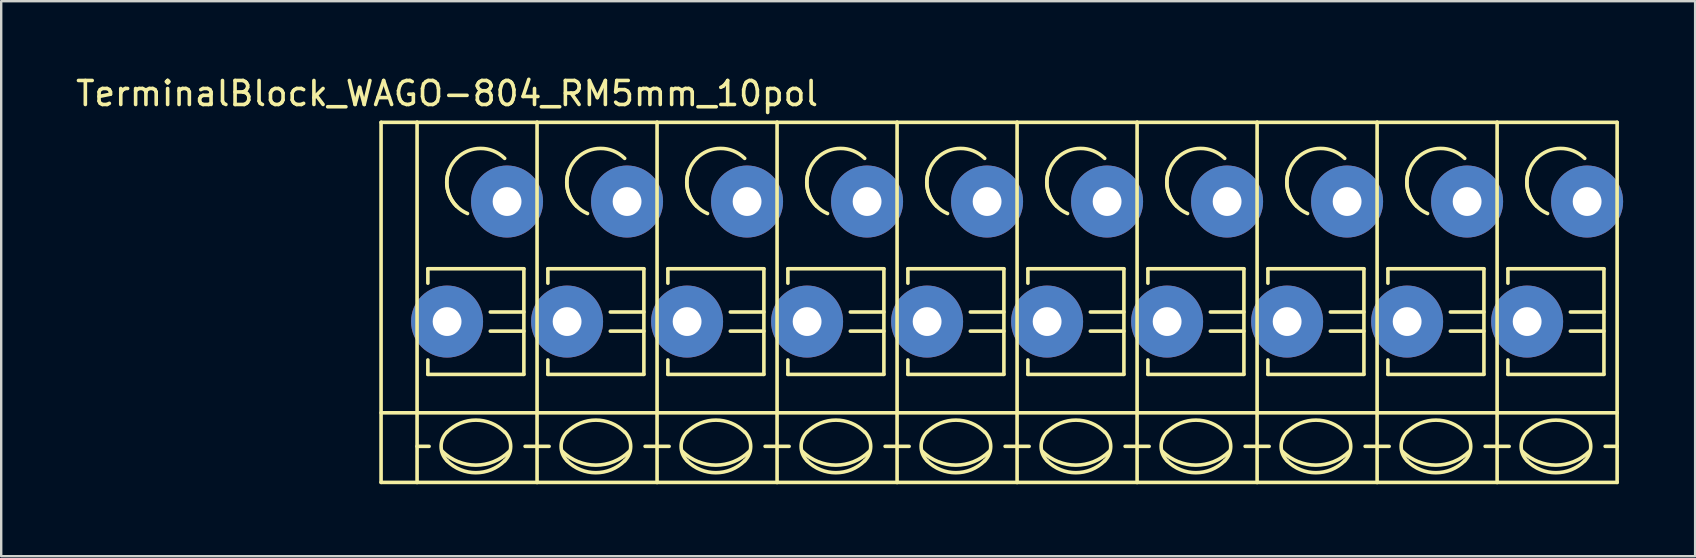
<source format=kicad_pcb>
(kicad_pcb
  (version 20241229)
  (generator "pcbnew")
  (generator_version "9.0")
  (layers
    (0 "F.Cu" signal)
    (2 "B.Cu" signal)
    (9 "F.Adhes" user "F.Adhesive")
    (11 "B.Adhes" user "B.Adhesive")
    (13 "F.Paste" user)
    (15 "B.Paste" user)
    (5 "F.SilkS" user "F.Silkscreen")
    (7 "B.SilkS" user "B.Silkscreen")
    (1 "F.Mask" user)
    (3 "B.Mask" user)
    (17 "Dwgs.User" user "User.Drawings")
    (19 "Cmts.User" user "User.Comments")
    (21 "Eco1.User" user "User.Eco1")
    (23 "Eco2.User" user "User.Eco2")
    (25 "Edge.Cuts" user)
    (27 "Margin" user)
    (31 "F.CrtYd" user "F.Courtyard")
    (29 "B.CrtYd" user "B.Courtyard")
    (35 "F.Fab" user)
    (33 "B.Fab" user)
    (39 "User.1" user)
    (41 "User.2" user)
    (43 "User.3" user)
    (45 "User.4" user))
  (footprint "TerminalBlock_WAGO-804_RM5mm_10pol"
    (layer "F.Cu")
    (at 15.577 10.348)
    (property "Reference" "TerminalBlock_WAGO-804_RM5mm_10pol" (at 0 -9.5 0) (layer "F.SilkS") (effects (font (size 1 1) (thickness 0.15))))
    (attr through_hole)
    (fp_line (start -2.75 -8.3) (end -1.25 -8.3) (stroke (width 0.15) (type solid)) (layer "F.SilkS"))
    (fp_line (start -2.75 6.7) (end -2.75 -8.3) (stroke (width 0.15) (type solid)) (layer "F.SilkS"))
    (fp_line (start -1.25 6.7) (end -2.75 6.7) (stroke (width 0.15) (type solid)) (layer "F.SilkS"))
    (fp_line (start -1.25 5.199) (end -0.749 5.199) (stroke (width 0.15) (type solid)) (layer "F.SilkS"))
    (fp_line (start -1.25 6.701) (end -1.25 -8.301) (stroke (width 0.15) (type solid)) (layer "F.SilkS"))
    (fp_line (start -0.8 -2.2) (end -0.8 -1.6) (stroke (width 0.15) (type solid)) (layer "F.SilkS"))
    (fp_line (start -0.8 -2.2) (end 3.2 -2.2) (stroke (width 0.15) (type solid)) (layer "F.SilkS"))
    (fp_line (start -0.8 2.2) (end -0.8 1.6) (stroke (width 0.15) (type solid)) (layer "F.SilkS"))
    (fp_line (start 3.2 -2.2) (end 3.2 2.2) (stroke (width 0.15) (type solid)) (layer "F.SilkS"))
    (fp_line (start 3.2 -0.399) (end 1.801 -0.399) (stroke (width 0.15) (type solid)) (layer "F.SilkS"))
    (fp_line (start 3.2 0.399) (end 1.801 0.399) (stroke (width 0.15) (type solid)) (layer "F.SilkS"))
    (fp_line (start 3.2 2.2) (end -0.8 2.2) (stroke (width 0.15) (type solid)) (layer "F.SilkS"))
    (fp_line (start 3.749 -8.301) (end -1.25 -8.301) (stroke (width 0.15) (type solid)) (layer "F.SilkS"))
    (fp_line (start 3.749 -8.301) (end 3.749 6.701) (stroke (width 0.15) (type solid)) (layer "F.SilkS"))
    (fp_line (start 3.749 5.199) (end 3.251 5.199) (stroke (width 0.15) (type solid)) (layer "F.SilkS"))
    (fp_line (start 3.749 6.701) (end -1.25 6.701) (stroke (width 0.15) (type solid)) (layer "F.SilkS"))
    (fp_line (start 3.75 3.8) (end -2.75 3.8) (stroke (width 0.15) (type solid)) (layer "F.SilkS"))
    (fp_line (start 3.75 3.8) (end 8.75 3.8) (stroke (width 0.15) (type solid)) (layer "F.SilkS"))
    (fp_line (start 3.75 5.199) (end 4.251 5.199) (stroke (width 0.15) (type solid)) (layer "F.SilkS"))
    (fp_line (start 4.2 -2.2) (end 4.2 -1.6) (stroke (width 0.15) (type solid)) (layer "F.SilkS"))
    (fp_line (start 4.2 -2.2) (end 8.2 -2.2) (stroke (width 0.15) (type solid)) (layer "F.SilkS"))
    (fp_line (start 4.2 2.2) (end 4.2 1.6) (stroke (width 0.15) (type solid)) (layer "F.SilkS"))
    (fp_line (start 8.2 -2.2) (end 8.2 2.2) (stroke (width 0.15) (type solid)) (layer "F.SilkS"))
    (fp_line (start 8.2 -0.399) (end 6.801 -0.399) (stroke (width 0.15) (type solid)) (layer "F.SilkS"))
    (fp_line (start 8.2 0.399) (end 6.801 0.399) (stroke (width 0.15) (type solid)) (layer "F.SilkS"))
    (fp_line (start 8.2 2.2) (end 4.2 2.2) (stroke (width 0.15) (type solid)) (layer "F.SilkS"))
    (fp_line (start 8.749 -8.301) (end 3.75 -8.301) (stroke (width 0.15) (type solid)) (layer "F.SilkS"))
    (fp_line (start 8.749 -8.301) (end 8.749 6.701) (stroke (width 0.15) (type solid)) (layer "F.SilkS"))
    (fp_line (start 8.749 5.199) (end 8.251 5.199) (stroke (width 0.15) (type solid)) (layer "F.SilkS"))
    (fp_line (start 8.749 6.701) (end 3.75 6.701) (stroke (width 0.15) (type solid)) (layer "F.SilkS"))
    (fp_line (start 8.75 3.8) (end 13.75 3.8) (stroke (width 0.15) (type solid)) (layer "F.SilkS"))
    (fp_line (start 8.75 5.199) (end 9.251 5.199) (stroke (width 0.15) (type solid)) (layer "F.SilkS"))
    (fp_line (start 9.2 -2.2) (end 9.2 -1.6) (stroke (width 0.15) (type solid)) (layer "F.SilkS"))
    (fp_line (start 9.2 -2.2) (end 13.2 -2.2) (stroke (width 0.15) (type solid)) (layer "F.SilkS"))
    (fp_line (start 9.2 2.2) (end 9.2 1.6) (stroke (width 0.15) (type solid)) (layer "F.SilkS"))
    (fp_line (start 13.2 -2.2) (end 13.2 2.2) (stroke (width 0.15) (type solid)) (layer "F.SilkS"))
    (fp_line (start 13.2 -0.399) (end 11.801 -0.399) (stroke (width 0.15) (type solid)) (layer "F.SilkS"))
    (fp_line (start 13.2 0.399) (end 11.801 0.399) (stroke (width 0.15) (type solid)) (layer "F.SilkS"))
    (fp_line (start 13.2 2.2) (end 9.2 2.2) (stroke (width 0.15) (type solid)) (layer "F.SilkS"))
    (fp_line (start 13.749 -8.301) (end 8.75 -8.301) (stroke (width 0.15) (type solid)) (layer "F.SilkS"))
    (fp_line (start 13.749 -8.301) (end 13.749 6.701) (stroke (width 0.15) (type solid)) (layer "F.SilkS"))
    (fp_line (start 13.749 5.199) (end 13.251 5.199) (stroke (width 0.15) (type solid)) (layer "F.SilkS"))
    (fp_line (start 13.749 6.701) (end 8.75 6.701) (stroke (width 0.15) (type solid)) (layer "F.SilkS"))
    (fp_line (start 13.75 3.8) (end 18.75 3.8) (stroke (width 0.15) (type solid)) (layer "F.SilkS"))
    (fp_line (start 13.75 5.199) (end 14.251 5.199) (stroke (width 0.15) (type solid)) (layer "F.SilkS"))
    (fp_line (start 14.2 -2.2) (end 14.2 -1.6) (stroke (width 0.15) (type solid)) (layer "F.SilkS"))
    (fp_line (start 14.2 -2.2) (end 18.2 -2.2) (stroke (width 0.15) (type solid)) (layer "F.SilkS"))
    (fp_line (start 14.2 2.2) (end 14.2 1.6) (stroke (width 0.15) (type solid)) (layer "F.SilkS"))
    (fp_line (start 18.2 -2.2) (end 18.2 2.2) (stroke (width 0.15) (type solid)) (layer "F.SilkS"))
    (fp_line (start 18.2 -0.399) (end 16.801 -0.399) (stroke (width 0.15) (type solid)) (layer "F.SilkS"))
    (fp_line (start 18.2 0.399) (end 16.801 0.399) (stroke (width 0.15) (type solid)) (layer "F.SilkS"))
    (fp_line (start 18.2 2.2) (end 14.2 2.2) (stroke (width 0.15) (type solid)) (layer "F.SilkS"))
    (fp_line (start 18.749 -8.301) (end 13.75 -8.301) (stroke (width 0.15) (type solid)) (layer "F.SilkS"))
    (fp_line (start 18.749 -8.301) (end 18.749 6.701) (stroke (width 0.15) (type solid)) (layer "F.SilkS"))
    (fp_line (start 18.749 5.199) (end 18.251 5.199) (stroke (width 0.15) (type solid)) (layer "F.SilkS"))
    (fp_line (start 18.749 6.701) (end 13.75 6.701) (stroke (width 0.15) (type solid)) (layer "F.SilkS"))
    (fp_line (start 18.75 3.8) (end 23.75 3.8) (stroke (width 0.15) (type solid)) (layer "F.SilkS"))
    (fp_line (start 18.75 5.199) (end 19.251 5.199) (stroke (width 0.15) (type solid)) (layer "F.SilkS"))
    (fp_line (start 19.2 -2.2) (end 19.2 -1.6) (stroke (width 0.15) (type solid)) (layer "F.SilkS"))
    (fp_line (start 19.2 -2.2) (end 23.2 -2.2) (stroke (width 0.15) (type solid)) (layer "F.SilkS"))
    (fp_line (start 19.2 2.2) (end 19.2 1.6) (stroke (width 0.15) (type solid)) (layer "F.SilkS"))
    (fp_line (start 23.2 -2.2) (end 23.2 2.2) (stroke (width 0.15) (type solid)) (layer "F.SilkS"))
    (fp_line (start 23.2 -0.399) (end 21.801 -0.399) (stroke (width 0.15) (type solid)) (layer "F.SilkS"))
    (fp_line (start 23.2 0.399) (end 21.801 0.399) (stroke (width 0.15) (type solid)) (layer "F.SilkS"))
    (fp_line (start 23.2 2.2) (end 19.2 2.2) (stroke (width 0.15) (type solid)) (layer "F.SilkS"))
    (fp_line (start 23.749 -8.301) (end 18.75 -8.301) (stroke (width 0.15) (type solid)) (layer "F.SilkS"))
    (fp_line (start 23.749 -8.301) (end 23.749 6.701) (stroke (width 0.15) (type solid)) (layer "F.SilkS"))
    (fp_line (start 23.749 5.199) (end 23.251 5.199) (stroke (width 0.15) (type solid)) (layer "F.SilkS"))
    (fp_line (start 23.749 6.701) (end 18.75 6.701) (stroke (width 0.15) (type solid)) (layer "F.SilkS"))
    (fp_line (start 23.75 3.8) (end 28.75 3.8) (stroke (width 0.15) (type solid)) (layer "F.SilkS"))
    (fp_line (start 23.75 5.199) (end 24.251 5.199) (stroke (width 0.15) (type solid)) (layer "F.SilkS"))
    (fp_line (start 24.2 -2.2) (end 24.2 -1.6) (stroke (width 0.15) (type solid)) (layer "F.SilkS"))
    (fp_line (start 24.2 -2.2) (end 28.2 -2.2) (stroke (width 0.15) (type solid)) (layer "F.SilkS"))
    (fp_line (start 24.2 2.2) (end 24.2 1.6) (stroke (width 0.15) (type solid)) (layer "F.SilkS"))
    (fp_line (start 28.2 -2.2) (end 28.2 2.2) (stroke (width 0.15) (type solid)) (layer "F.SilkS"))
    (fp_line (start 28.2 -0.399) (end 26.801 -0.399) (stroke (width 0.15) (type solid)) (layer "F.SilkS"))
    (fp_line (start 28.2 0.399) (end 26.801 0.399) (stroke (width 0.15) (type solid)) (layer "F.SilkS"))
    (fp_line (start 28.2 2.2) (end 24.2 2.2) (stroke (width 0.15) (type solid)) (layer "F.SilkS"))
    (fp_line (start 28.749 -8.301) (end 23.75 -8.301) (stroke (width 0.15) (type solid)) (layer "F.SilkS"))
    (fp_line (start 28.749 -8.301) (end 28.749 6.701) (stroke (width 0.15) (type solid)) (layer "F.SilkS"))
    (fp_line (start 28.749 5.199) (end 28.251 5.199) (stroke (width 0.15) (type solid)) (layer "F.SilkS"))
    (fp_line (start 28.749 6.701) (end 23.75 6.701) (stroke (width 0.15) (type solid)) (layer "F.SilkS"))
    (fp_line (start 28.75 3.8) (end 33.75 3.8) (stroke (width 0.15) (type solid)) (layer "F.SilkS"))
    (fp_line (start 28.75 5.199) (end 29.251 5.199) (stroke (width 0.15) (type solid)) (layer "F.SilkS"))
    (fp_line (start 29.2 -2.2) (end 29.2 -1.6) (stroke (width 0.15) (type solid)) (layer "F.SilkS"))
    (fp_line (start 29.2 -2.2) (end 33.2 -2.2) (stroke (width 0.15) (type solid)) (layer "F.SilkS"))
    (fp_line (start 29.2 2.2) (end 29.2 1.6) (stroke (width 0.15) (type solid)) (layer "F.SilkS"))
    (fp_line (start 33.2 -2.2) (end 33.2 2.2) (stroke (width 0.15) (type solid)) (layer "F.SilkS"))
    (fp_line (start 33.2 -0.399) (end 31.801 -0.399) (stroke (width 0.15) (type solid)) (layer "F.SilkS"))
    (fp_line (start 33.2 0.399) (end 31.801 0.399) (stroke (width 0.15) (type solid)) (layer "F.SilkS"))
    (fp_line (start 33.2 2.2) (end 29.2 2.2) (stroke (width 0.15) (type solid)) (layer "F.SilkS"))
    (fp_line (start 33.749 -8.301) (end 28.75 -8.301) (stroke (width 0.15) (type solid)) (layer "F.SilkS"))
    (fp_line (start 33.749 -8.301) (end 33.749 6.701) (stroke (width 0.15) (type solid)) (layer "F.SilkS"))
    (fp_line (start 33.749 5.199) (end 33.251 5.199) (stroke (width 0.15) (type solid)) (layer "F.SilkS"))
    (fp_line (start 33.749 6.701) (end 28.75 6.701) (stroke (width 0.15) (type solid)) (layer "F.SilkS"))
    (fp_line (start 33.75 3.8) (end 38.75 3.8) (stroke (width 0.15) (type solid)) (layer "F.SilkS"))
    (fp_line (start 33.75 5.199) (end 34.251 5.199) (stroke (width 0.15) (type solid)) (layer "F.SilkS"))
    (fp_line (start 34.2 -2.2) (end 34.2 -1.6) (stroke (width 0.15) (type solid)) (layer "F.SilkS"))
    (fp_line (start 34.2 -2.2) (end 38.2 -2.2) (stroke (width 0.15) (type solid)) (layer "F.SilkS"))
    (fp_line (start 34.2 2.2) (end 34.2 1.6) (stroke (width 0.15) (type solid)) (layer "F.SilkS"))
    (fp_line (start 38.2 -2.2) (end 38.2 2.2) (stroke (width 0.15) (type solid)) (layer "F.SilkS"))
    (fp_line (start 38.2 -0.399) (end 36.801 -0.399) (stroke (width 0.15) (type solid)) (layer "F.SilkS"))
    (fp_line (start 38.2 0.399) (end 36.801 0.399) (stroke (width 0.15) (type solid)) (layer "F.SilkS"))
    (fp_line (start 38.2 2.2) (end 34.2 2.2) (stroke (width 0.15) (type solid)) (layer "F.SilkS"))
    (fp_line (start 38.749 -8.301) (end 33.75 -8.301) (stroke (width 0.15) (type solid)) (layer "F.SilkS"))
    (fp_line (start 38.749 -8.301) (end 38.749 6.701) (stroke (width 0.15) (type solid)) (layer "F.SilkS"))
    (fp_line (start 38.749 5.199) (end 38.251 5.199) (stroke (width 0.15) (type solid)) (layer "F.SilkS"))
    (fp_line (start 38.749 6.701) (end 33.75 6.701) (stroke (width 0.15) (type solid)) (layer "F.SilkS"))
    (fp_line (start 38.75 3.8) (end 43.75 3.8) (stroke (width 0.15) (type solid)) (layer "F.SilkS"))
    (fp_line (start 38.75 5.199) (end 39.251 5.199) (stroke (width 0.15) (type solid)) (layer "F.SilkS"))
    (fp_line (start 39.2 -2.2) (end 39.2 -1.6) (stroke (width 0.15) (type solid)) (layer "F.SilkS"))
    (fp_line (start 39.2 -2.2) (end 43.2 -2.2) (stroke (width 0.15) (type solid)) (layer "F.SilkS"))
    (fp_line (start 39.2 2.2) (end 39.2 1.6) (stroke (width 0.15) (type solid)) (layer "F.SilkS"))
    (fp_line (start 43.2 -2.2) (end 43.2 2.2) (stroke (width 0.15) (type solid)) (layer "F.SilkS"))
    (fp_line (start 43.2 -0.399) (end 41.801 -0.399) (stroke (width 0.15) (type solid)) (layer "F.SilkS"))
    (fp_line (start 43.2 0.399) (end 41.801 0.399) (stroke (width 0.15) (type solid)) (layer "F.SilkS"))
    (fp_line (start 43.2 2.2) (end 39.2 2.2) (stroke (width 0.15) (type solid)) (layer "F.SilkS"))
    (fp_line (start 43.749 -8.301) (end 38.75 -8.301) (stroke (width 0.15) (type solid)) (layer "F.SilkS"))
    (fp_line (start 43.749 -8.301) (end 43.749 6.701) (stroke (width 0.15) (type solid)) (layer "F.SilkS"))
    (fp_line (start 43.749 5.199) (end 43.251 5.199) (stroke (width 0.15) (type solid)) (layer "F.SilkS"))
    (fp_line (start 43.749 6.701) (end 38.75 6.701) (stroke (width 0.15) (type solid)) (layer "F.SilkS"))
    (fp_line (start 43.75 3.8) (end 48.75 3.8) (stroke (width 0.15) (type solid)) (layer "F.SilkS"))
    (fp_line (start 43.75 5.199) (end 44.251 5.199) (stroke (width 0.15) (type solid)) (layer "F.SilkS"))
    (fp_line (start 44.2 -2.2) (end 44.2 -1.6) (stroke (width 0.15) (type solid)) (layer "F.SilkS"))
    (fp_line (start 44.2 -2.2) (end 48.2 -2.2) (stroke (width 0.15) (type solid)) (layer "F.SilkS"))
    (fp_line (start 44.2 2.2) (end 44.2 1.6) (stroke (width 0.15) (type solid)) (layer "F.SilkS"))
    (fp_line (start 48.2 -2.2) (end 48.2 2.2) (stroke (width 0.15) (type solid)) (layer "F.SilkS"))
    (fp_line (start 48.2 -0.399) (end 46.801 -0.399) (stroke (width 0.15) (type solid)) (layer "F.SilkS"))
    (fp_line (start 48.2 0.399) (end 46.801 0.399) (stroke (width 0.15) (type solid)) (layer "F.SilkS"))
    (fp_line (start 48.2 2.2) (end 44.2 2.2) (stroke (width 0.15) (type solid)) (layer "F.SilkS"))
    (fp_line (start 48.749 -8.301) (end 43.75 -8.301) (stroke (width 0.15) (type solid)) (layer "F.SilkS"))
    (fp_line (start 48.749 -8.301) (end 48.749 6.701) (stroke (width 0.15) (type solid)) (layer "F.SilkS"))
    (fp_line (start 48.749 5.199) (end 48.251 5.199) (stroke (width 0.15) (type solid)) (layer "F.SilkS"))
    (fp_line (start 48.749 6.701) (end 43.75 6.701) (stroke (width 0.15) (type solid)) (layer "F.SilkS"))
    (fp_arc (start 0 4.60248) (mid 1.19888 4.105888) (end 2.39776 4.60248) (stroke (width 0.15) (type solid)) (layer "F.SilkS"))
    (fp_arc (start 0 5.79882) (mid -0.248296 5.19938) (end 0 4.59994) (stroke (width 0.15) (type solid)) (layer "F.SilkS"))
    (fp_arc (start 0.39878 -6.79958) (mid 1.39954 -7.214108) (end 2.4003 -6.79958) (stroke (width 0.15) (type solid)) (layer "F.SilkS"))
    (fp_arc (start 0.39878 -4.8006) (mid -0.013952 -5.800616) (end 0.40132 -6.79958) (stroke (width 0.15) (type solid)) (layer "F.SilkS"))
    (fp_arc (start 0.8509 -4.50088) (mid 0.093811 -5.268985) (end 0.1016 -6.34746) (stroke (width 0.15) (type solid)) (layer "F.SilkS"))
    (fp_arc (start 2.4003 5.79882) (mid 1.200676 6.297208) (end 0 5.80136) (stroke (width 0.15) (type solid)) (layer "F.SilkS"))
    (fp_arc (start 2.40284 4.59994) (mid 2.650392 5.201176) (end 2.4003 5.80136) (stroke (width 0.15) (type solid)) (layer "F.SilkS"))
    (fp_arc (start 2.60096 5.40004) (mid 1.200676 5.981545) (end -0.20066 5.40258) (stroke (width 0.15) (type solid)) (layer "F.SilkS"))
    (fp_arc (start 5 4.60248) (mid 6.19888 4.105888) (end 7.39776 4.60248) (stroke (width 0.15) (type solid)) (layer "F.SilkS"))
    (fp_arc (start 5 5.79882) (mid 4.751704 5.19938) (end 5 4.59994) (stroke (width 0.15) (type solid)) (layer "F.SilkS"))
    (fp_arc (start 5.39878 -6.79958) (mid 6.39954 -7.214108) (end 7.4003 -6.79958) (stroke (width 0.15) (type solid)) (layer "F.SilkS"))
    (fp_arc (start 5.39878 -4.8006) (mid 4.986048 -5.800616) (end 5.40132 -6.79958) (stroke (width 0.15) (type solid)) (layer "F.SilkS"))
    (fp_arc (start 5.8509 -4.50088) (mid 5.093811 -5.268985) (end 5.1016 -6.34746) (stroke (width 0.15) (type solid)) (layer "F.SilkS"))
    (fp_arc (start 7.4003 5.79882) (mid 6.200676 6.297208) (end 5 5.80136) (stroke (width 0.15) (type solid)) (layer "F.SilkS"))
    (fp_arc (start 7.40284 4.59994) (mid 7.650392 5.201176) (end 7.4003 5.80136) (stroke (width 0.15) (type solid)) (layer "F.SilkS"))
    (fp_arc (start 7.60096 5.40004) (mid 6.200676 5.981545) (end 4.79934 5.40258) (stroke (width 0.15) (type solid)) (layer "F.SilkS"))
    (fp_arc (start 10 4.60248) (mid 11.19888 4.105888) (end 12.39776 4.60248) (stroke (width 0.15) (type solid)) (layer "F.SilkS"))
    (fp_arc (start 10 5.79882) (mid 9.751704 5.19938) (end 10 4.59994) (stroke (width 0.15) (type solid)) (layer "F.SilkS"))
    (fp_arc (start 10.39878 -6.79958) (mid 11.39954 -7.214108) (end 12.4003 -6.79958) (stroke (width 0.15) (type solid)) (layer "F.SilkS"))
    (fp_arc (start 10.39878 -4.8006) (mid 9.986048 -5.800616) (end 10.40132 -6.79958) (stroke (width 0.15) (type solid)) (layer "F.SilkS"))
    (fp_arc (start 10.8509 -4.50088) (mid 10.093811 -5.268985) (end 10.1016 -6.34746) (stroke (width 0.15) (type solid)) (layer "F.SilkS"))
    (fp_arc (start 12.4003 5.79882) (mid 11.200676 6.297208) (end 10 5.80136) (stroke (width 0.15) (type solid)) (layer "F.SilkS"))
    (fp_arc (start 12.40284 4.59994) (mid 12.650392 5.201176) (end 12.4003 5.80136) (stroke (width 0.15) (type solid)) (layer "F.SilkS"))
    (fp_arc (start 12.60096 5.40004) (mid 11.200676 5.981545) (end 9.79934 5.40258) (stroke (width 0.15) (type solid)) (layer "F.SilkS"))
    (fp_arc (start 15 4.60248) (mid 16.19888 4.105888) (end 17.39776 4.60248) (stroke (width 0.15) (type solid)) (layer "F.SilkS"))
    (fp_arc (start 15 5.79882) (mid 14.751704 5.19938) (end 15 4.59994) (stroke (width 0.15) (type solid)) (layer "F.SilkS"))
    (fp_arc (start 15.39878 -6.79958) (mid 16.39954 -7.214108) (end 17.4003 -6.79958) (stroke (width 0.15) (type solid)) (layer "F.SilkS"))
    (fp_arc (start 15.39878 -4.8006) (mid 14.986048 -5.800616) (end 15.40132 -6.79958) (stroke (width 0.15) (type solid)) (layer "F.SilkS"))
    (fp_arc (start 15.8509 -4.50088) (mid 15.093811 -5.268985) (end 15.1016 -6.34746) (stroke (width 0.15) (type solid)) (layer "F.SilkS"))
    (fp_arc (start 17.4003 5.79882) (mid 16.200676 6.297208) (end 15 5.80136) (stroke (width 0.15) (type solid)) (layer "F.SilkS"))
    (fp_arc (start 17.40284 4.59994) (mid 17.650392 5.201176) (end 17.4003 5.80136) (stroke (width 0.15) (type solid)) (layer "F.SilkS"))
    (fp_arc (start 17.60096 5.40004) (mid 16.200676 5.981545) (end 14.79934 5.40258) (stroke (width 0.15) (type solid)) (layer "F.SilkS"))
    (fp_arc (start 20 4.60248) (mid 21.19888 4.105888) (end 22.39776 4.60248) (stroke (width 0.15) (type solid)) (layer "F.SilkS"))
    (fp_arc (start 20 5.79882) (mid 19.751704 5.19938) (end 20 4.59994) (stroke (width 0.15) (type solid)) (layer "F.SilkS"))
    (fp_arc (start 20.39878 -6.79958) (mid 21.39954 -7.214108) (end 22.4003 -6.79958) (stroke (width 0.15) (type solid)) (layer "F.SilkS"))
    (fp_arc (start 20.39878 -4.8006) (mid 19.986048 -5.800616) (end 20.40132 -6.79958) (stroke (width 0.15) (type solid)) (layer "F.SilkS"))
    (fp_arc (start 20.8509 -4.50088) (mid 20.093811 -5.268985) (end 20.1016 -6.34746) (stroke (width 0.15) (type solid)) (layer "F.SilkS"))
    (fp_arc (start 22.4003 5.79882) (mid 21.200676 6.297208) (end 20 5.80136) (stroke (width 0.15) (type solid)) (layer "F.SilkS"))
    (fp_arc (start 22.40284 4.59994) (mid 22.650392 5.201176) (end 22.4003 5.80136) (stroke (width 0.15) (type solid)) (layer "F.SilkS"))
    (fp_arc (start 22.60096 5.40004) (mid 21.200676 5.981545) (end 19.79934 5.40258) (stroke (width 0.15) (type solid)) (layer "F.SilkS"))
    (fp_arc (start 25 4.60248) (mid 26.19888 4.105888) (end 27.39776 4.60248) (stroke (width 0.15) (type solid)) (layer "F.SilkS"))
    (fp_arc (start 25 5.79882) (mid 24.751704 5.19938) (end 25 4.59994) (stroke (width 0.15) (type solid)) (layer "F.SilkS"))
    (fp_arc (start 25.39878 -6.79958) (mid 26.39954 -7.214108) (end 27.4003 -6.79958) (stroke (width 0.15) (type solid)) (layer "F.SilkS"))
    (fp_arc (start 25.39878 -4.8006) (mid 24.986048 -5.800616) (end 25.40132 -6.79958) (stroke (width 0.15) (type solid)) (layer "F.SilkS"))
    (fp_arc (start 25.8509 -4.50088) (mid 25.093811 -5.268985) (end 25.1016 -6.34746) (stroke (width 0.15) (type solid)) (layer "F.SilkS"))
    (fp_arc (start 27.4003 5.79882) (mid 26.200676 6.297208) (end 25 5.80136) (stroke (width 0.15) (type solid)) (layer "F.SilkS"))
    (fp_arc (start 27.40284 4.59994) (mid 27.650392 5.201176) (end 27.4003 5.80136) (stroke (width 0.15) (type solid)) (layer "F.SilkS"))
    (fp_arc (start 27.60096 5.40004) (mid 26.200676 5.981545) (end 24.79934 5.40258) (stroke (width 0.15) (type solid)) (layer "F.SilkS"))
    (fp_arc (start 30 4.60248) (mid 31.19888 4.105888) (end 32.39776 4.60248) (stroke (width 0.15) (type solid)) (layer "F.SilkS"))
    (fp_arc (start 30 5.79882) (mid 29.751704 5.19938) (end 30 4.59994) (stroke (width 0.15) (type solid)) (layer "F.SilkS"))
    (fp_arc (start 30.39878 -6.79958) (mid 31.39954 -7.214108) (end 32.4003 -6.79958) (stroke (width 0.15) (type solid)) (layer "F.SilkS"))
    (fp_arc (start 30.39878 -4.8006) (mid 29.986048 -5.800616) (end 30.40132 -6.79958) (stroke (width 0.15) (type solid)) (layer "F.SilkS"))
    (fp_arc (start 30.8509 -4.50088) (mid 30.093811 -5.268985) (end 30.1016 -6.34746) (stroke (width 0.15) (type solid)) (layer "F.SilkS"))
    (fp_arc (start 32.4003 5.79882) (mid 31.200676 6.297208) (end 30 5.80136) (stroke (width 0.15) (type solid)) (layer "F.SilkS"))
    (fp_arc (start 32.40284 4.59994) (mid 32.650392 5.201176) (end 32.4003 5.80136) (stroke (width 0.15) (type solid)) (layer "F.SilkS"))
    (fp_arc (start 32.60096 5.40004) (mid 31.200676 5.981545) (end 29.79934 5.40258) (stroke (width 0.15) (type solid)) (layer "F.SilkS"))
    (fp_arc (start 35 4.60248) (mid 36.19888 4.105888) (end 37.39776 4.60248) (stroke (width 0.15) (type solid)) (layer "F.SilkS"))
    (fp_arc (start 35 5.79882) (mid 34.751704 5.19938) (end 35 4.59994) (stroke (width 0.15) (type solid)) (layer "F.SilkS"))
    (fp_arc (start 35.39878 -6.79958) (mid 36.39954 -7.214108) (end 37.4003 -6.79958) (stroke (width 0.15) (type solid)) (layer "F.SilkS"))
    (fp_arc (start 35.39878 -4.8006) (mid 34.986048 -5.800616) (end 35.40132 -6.79958) (stroke (width 0.15) (type solid)) (layer "F.SilkS"))
    (fp_arc (start 35.8509 -4.50088) (mid 35.093811 -5.268985) (end 35.1016 -6.34746) (stroke (width 0.15) (type solid)) (layer "F.SilkS"))
    (fp_arc (start 37.4003 5.79882) (mid 36.200676 6.297208) (end 35 5.80136) (stroke (width 0.15) (type solid)) (layer "F.SilkS"))
    (fp_arc (start 37.40284 4.59994) (mid 37.650392 5.201176) (end 37.4003 5.80136) (stroke (width 0.15) (type solid)) (layer "F.SilkS"))
    (fp_arc (start 37.60096 5.40004) (mid 36.200676 5.981545) (end 34.79934 5.40258) (stroke (width 0.15) (type solid)) (layer "F.SilkS"))
    (fp_arc (start 40 4.60248) (mid 41.19888 4.105888) (end 42.39776 4.60248) (stroke (width 0.15) (type solid)) (layer "F.SilkS"))
    (fp_arc (start 40 5.79882) (mid 39.751704 5.19938) (end 40 4.59994) (stroke (width 0.15) (type solid)) (layer "F.SilkS"))
    (fp_arc (start 40.39878 -6.79958) (mid 41.39954 -7.214108) (end 42.4003 -6.79958) (stroke (width 0.15) (type solid)) (layer "F.SilkS"))
    (fp_arc (start 40.39878 -4.8006) (mid 39.986048 -5.800616) (end 40.40132 -6.79958) (stroke (width 0.15) (type solid)) (layer "F.SilkS"))
    (fp_arc (start 40.8509 -4.50088) (mid 40.093811 -5.268985) (end 40.1016 -6.34746) (stroke (width 0.15) (type solid)) (layer "F.SilkS"))
    (fp_arc (start 42.4003 5.79882) (mid 41.200676 6.297208) (end 40 5.80136) (stroke (width 0.15) (type solid)) (layer "F.SilkS"))
    (fp_arc (start 42.40284 4.59994) (mid 42.650392 5.201176) (end 42.4003 5.80136) (stroke (width 0.15) (type solid)) (layer "F.SilkS"))
    (fp_arc (start 42.60096 5.40004) (mid 41.200676 5.981545) (end 39.79934 5.40258) (stroke (width 0.15) (type solid)) (layer "F.SilkS"))
    (fp_arc (start 45 4.60248) (mid 46.19888 4.105888) (end 47.39776 4.60248) (stroke (width 0.15) (type solid)) (layer "F.SilkS"))
    (fp_arc (start 45 5.79882) (mid 44.751704 5.19938) (end 45 4.59994) (stroke (width 0.15) (type solid)) (layer "F.SilkS"))
    (fp_arc (start 45.39878 -6.79958) (mid 46.39954 -7.214108) (end 47.4003 -6.79958) (stroke (width 0.15) (type solid)) (layer "F.SilkS"))
    (fp_arc (start 45.39878 -4.8006) (mid 44.986048 -5.800616) (end 45.40132 -6.79958) (stroke (width 0.15) (type solid)) (layer "F.SilkS"))
    (fp_arc (start 45.8509 -4.50088) (mid 45.093811 -5.268985) (end 45.1016 -6.34746) (stroke (width 0.15) (type solid)) (layer "F.SilkS"))
    (fp_arc (start 47.4003 5.79882) (mid 46.200676 6.297208) (end 45 5.80136) (stroke (width 0.15) (type solid)) (layer "F.SilkS"))
    (fp_arc (start 47.40284 4.59994) (mid 47.650392 5.201176) (end 47.4003 5.80136) (stroke (width 0.15) (type solid)) (layer "F.SilkS"))
    (fp_arc (start 47.60096 5.40004) (mid 46.200676 5.981545) (end 44.79934 5.40258) (stroke (width 0.15) (type solid)) (layer "F.SilkS"))
    (pad "1" thru_hole circle (at 0 0) (size 3 3) (drill 1.2) (layers "*.Cu" "*.Mask"))
    (pad "1" thru_hole circle (at 2.499 -5.001) (size 3 3) (drill 1.2) (layers "*.Cu" "*.Mask"))
    (pad "2" thru_hole circle (at 5 0) (size 3 3) (drill 1.2) (layers "*.Cu" "*.Mask"))
    (pad "2" thru_hole circle (at 7.499 -5.001) (size 3 3) (drill 1.2) (layers "*.Cu" "*.Mask"))
    (pad "3" thru_hole circle (at 10 0) (size 3 3) (drill 1.2) (layers "*.Cu" "*.Mask"))
    (pad "3" thru_hole circle (at 12.499 -5.001) (size 3 3) (drill 1.2) (layers "*.Cu" "*.Mask"))
    (pad "4" thru_hole circle (at 15 0) (size 3 3) (drill 1.2) (layers "*.Cu" "*.Mask"))
    (pad "4" thru_hole circle (at 17.499 -5.001) (size 3 3) (drill 1.2) (layers "*.Cu" "*.Mask"))
    (pad "5" thru_hole circle (at 20 0) (size 3 3) (drill 1.2) (layers "*.Cu" "*.Mask"))
    (pad "5" thru_hole circle (at 22.499 -5.001) (size 3 3) (drill 1.2) (layers "*.Cu" "*.Mask"))
    (pad "6" thru_hole circle (at 25 0) (size 3 3) (drill 1.2) (layers "*.Cu" "*.Mask"))
    (pad "6" thru_hole circle (at 27.499 -5.001) (size 3 3) (drill 1.2) (layers "*.Cu" "*.Mask"))
    (pad "7" thru_hole circle (at 30 0) (size 3 3) (drill 1.2) (layers "*.Cu" "*.Mask"))
    (pad "7" thru_hole circle (at 32.499 -5.001) (size 3 3) (drill 1.2) (layers "*.Cu" "*.Mask"))
    (pad "8" thru_hole circle (at 35 0) (size 3 3) (drill 1.2) (layers "*.Cu" "*.Mask"))
    (pad "8" thru_hole circle (at 37.499 -5.001) (size 3 3) (drill 1.2) (layers "*.Cu" "*.Mask"))
    (pad "9" thru_hole circle (at 40 0) (size 3 3) (drill 1.2) (layers "*.Cu" "*.Mask"))
    (pad "9" thru_hole circle (at 42.499 -5.001) (size 3 3) (drill 1.2) (layers "*.Cu" "*.Mask"))
    (pad "10" thru_hole circle (at 45 0) (size 3 3) (drill 1.2) (layers "*.Cu" "*.Mask"))
    (pad "10" thru_hole circle (at 47.499 -5.001) (size 3 3) (drill 1.2) (layers "*.Cu" "*.Mask")))
  (gr_rect
    (start -3 -3)
    (end 67.577 20.124)
    (stroke (width 0.1) (type default))
    (fill no)
    (layer "Edge.Cuts")))
</source>
